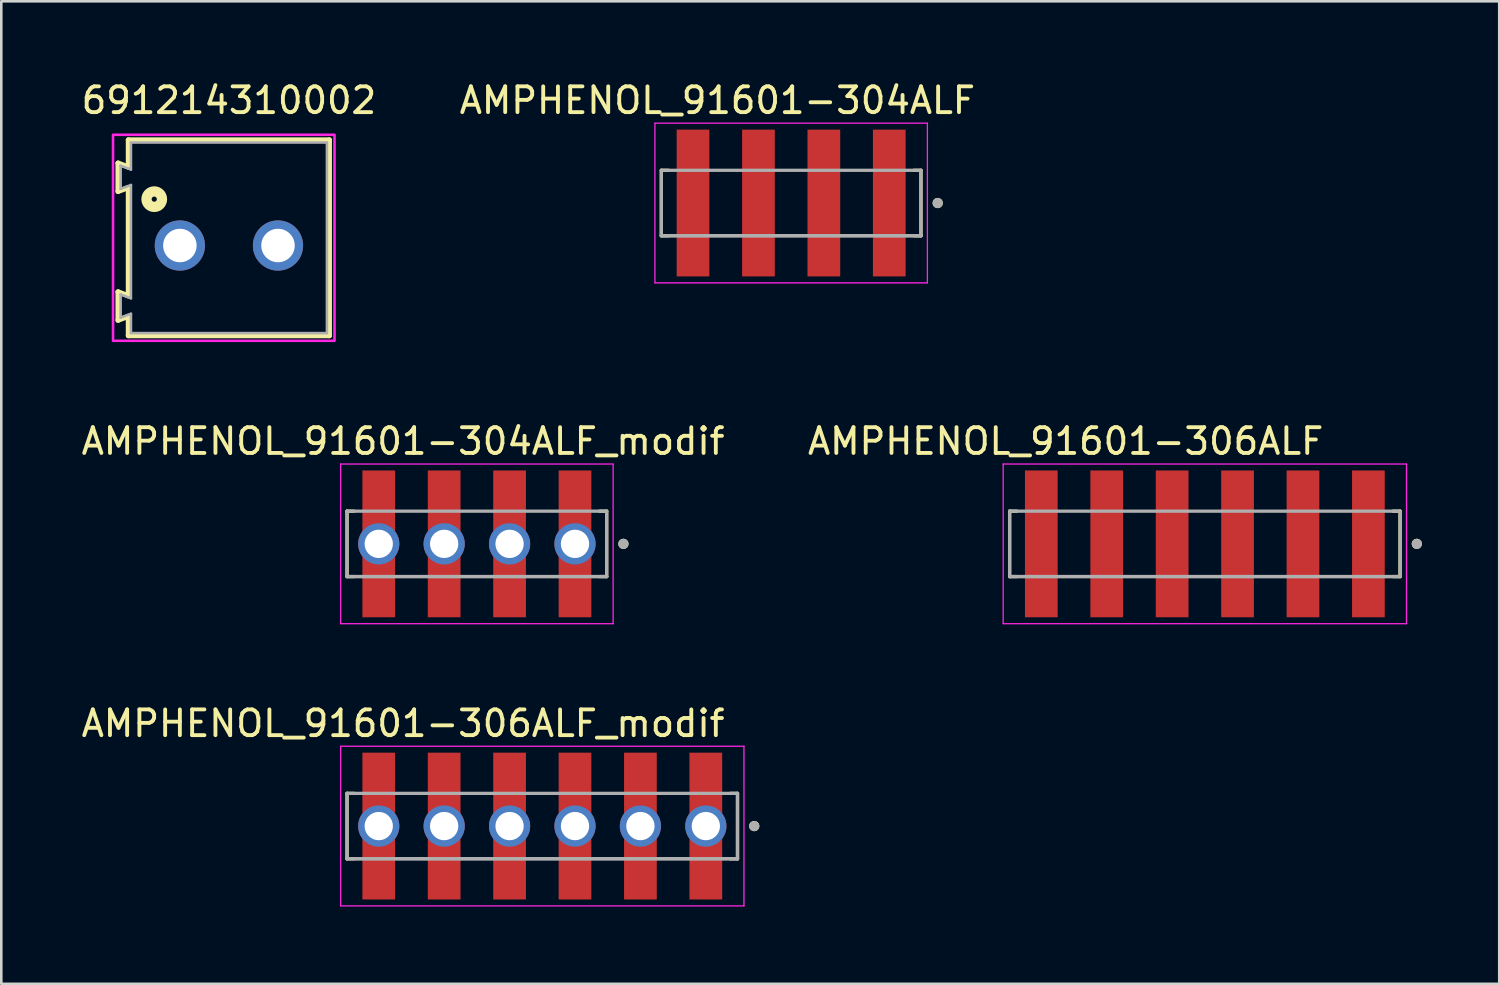
<source format=kicad_pcb>
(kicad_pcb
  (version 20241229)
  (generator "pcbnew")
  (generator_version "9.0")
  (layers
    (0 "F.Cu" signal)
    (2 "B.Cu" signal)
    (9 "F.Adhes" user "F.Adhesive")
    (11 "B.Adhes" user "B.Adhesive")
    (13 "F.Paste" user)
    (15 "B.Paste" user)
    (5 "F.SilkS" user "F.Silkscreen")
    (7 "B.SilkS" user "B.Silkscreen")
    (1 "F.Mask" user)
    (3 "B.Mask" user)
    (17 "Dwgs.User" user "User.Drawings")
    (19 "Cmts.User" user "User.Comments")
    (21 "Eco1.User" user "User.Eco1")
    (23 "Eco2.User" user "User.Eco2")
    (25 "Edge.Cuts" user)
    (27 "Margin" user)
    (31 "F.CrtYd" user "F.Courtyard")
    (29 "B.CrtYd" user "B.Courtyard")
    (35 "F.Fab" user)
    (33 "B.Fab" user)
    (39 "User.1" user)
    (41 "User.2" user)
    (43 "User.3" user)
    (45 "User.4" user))
  (footprint "AMPHENOL_91601-304ALF_modif"
    (layer "F.Cu")
    (at 15.466 18.067)
    (property "Reference" "AMPHENOL_91601-304ALF_modif" (at -2.865 -3.985 0) (layer "F.SilkS") (effects (font (size 1 1) (thickness 0.15))))
    (attr smd)
    (fp_rect (start -4.5 -2.9) (end -3.1 -1.3) (stroke (width 0.1) (type solid)) (fill yes) (layer "F.Mask"))
    (fp_rect (start -4.5 1.3) (end -3.1 2.9) (stroke (width 0.1) (type solid)) (fill yes) (layer "F.Mask"))
    (fp_rect (start -2 -2.9) (end -0.6 -1.3) (stroke (width 0.1) (type solid)) (fill yes) (layer "F.Mask"))
    (fp_rect (start -2 1.3) (end -0.6 2.9) (stroke (width 0.1) (type solid)) (fill yes) (layer "F.Mask"))
    (fp_rect (start 0.6 -2.9) (end 2 -1.3) (stroke (width 0.1) (type solid)) (fill yes) (layer "F.Mask"))
    (fp_rect (start 0.6 1.3) (end 2 2.9) (stroke (width 0.1) (type solid)) (fill yes) (layer "F.Mask"))
    (fp_rect (start 3.1 -2.9) (end 4.5 -1.3) (stroke (width 0.1) (type solid)) (fill yes) (layer "F.Mask"))
    (fp_rect (start 3.1 1.3) (end 4.5 2.9) (stroke (width 0.1) (type solid)) (fill yes) (layer "F.Mask"))
    (fp_line (start -5.04 -1.27) (end -4.765 -1.27) (stroke (width 0.127) (type solid)) (layer "F.SilkS"))
    (fp_line (start -5.04 1.27) (end -5.04 -1.27) (stroke (width 0.127) (type solid)) (layer "F.SilkS"))
    (fp_line (start -4.765 1.27) (end -5.04 1.27) (stroke (width 0.127) (type solid)) (layer "F.SilkS"))
    (fp_line (start 4.765 -1.27) (end 5.04 -1.27) (stroke (width 0.127) (type solid)) (layer "F.SilkS"))
    (fp_line (start 4.765 1.27) (end 5.04 1.27) (stroke (width 0.127) (type solid)) (layer "F.SilkS"))
    (fp_line (start 5.04 -1.27) (end 5.04 1.27) (stroke (width 0.127) (type solid)) (layer "F.SilkS"))
    (fp_circle (center 5.69 0) (end 5.79 0) (stroke (width 0.2) (type solid)) (fill no) (layer "F.SilkS"))
    (fp_rect (start -4.3 -2.8) (end -3.3 -1.4) (stroke (width 0.1) (type solid)) (fill yes) (layer "F.Paste"))
    (fp_rect (start -4.3 1.4) (end -3.3 2.8) (stroke (width 0.1) (type solid)) (fill yes) (layer "F.Paste"))
    (fp_rect (start -1.8 -2.8) (end -0.8 -1.4) (stroke (width 0.1) (type solid)) (fill yes) (layer "F.Paste"))
    (fp_rect (start -1.8 1.4) (end -0.8 2.8) (stroke (width 0.1) (type solid)) (fill yes) (layer "F.Paste"))
    (fp_rect (start 0.8 -2.8) (end 1.8 -1.4) (stroke (width 0.1) (type solid)) (fill yes) (layer "F.Paste"))
    (fp_rect (start 0.8 1.4) (end 1.8 2.8) (stroke (width 0.1) (type solid)) (fill yes) (layer "F.Paste"))
    (fp_rect (start 3.3 -2.8) (end 4.3 -1.4) (stroke (width 0.1) (type solid)) (fill yes) (layer "F.Paste"))
    (fp_rect (start 3.3 1.4) (end 4.3 2.8) (stroke (width 0.1) (type solid)) (fill yes) (layer "F.Paste"))
    (fp_line (start -5.29 -3.1) (end 5.29 -3.1) (stroke (width 0.05) (type solid)) (layer "F.CrtYd"))
    (fp_line (start -5.29 3.1) (end -5.29 -3.1) (stroke (width 0.05) (type solid)) (layer "F.CrtYd"))
    (fp_line (start 5.29 -3.1) (end 5.29 3.1) (stroke (width 0.05) (type solid)) (layer "F.CrtYd"))
    (fp_line (start 5.29 3.1) (end -5.29 3.1) (stroke (width 0.05) (type solid)) (layer "F.CrtYd"))
    (fp_line (start -5.04 -1.27) (end 5.04 -1.27) (stroke (width 0.127) (type solid)) (layer "F.Fab"))
    (fp_line (start -5.04 1.27) (end -5.04 -1.27) (stroke (width 0.127) (type solid)) (layer "F.Fab"))
    (fp_line (start -5.04 1.27) (end -5.04 1.27) (stroke (width 0.127) (type solid)) (layer "F.Fab"))
    (fp_line (start -5.04 1.27) (end 5.04 1.27) (stroke (width 0.127) (type solid)) (layer "F.Fab"))
    (fp_line (start 5.04 -1.27) (end 5.04 1.27) (stroke (width 0.127) (type solid)) (layer "F.Fab"))
    (fp_line (start 5.04 1.27) (end -5.04 1.27) (stroke (width 0.127) (type solid)) (layer "F.Fab"))
    (fp_line (start 5.04 1.27) (end 5.04 1.27) (stroke (width 0.127) (type solid)) (layer "F.Fab"))
    (fp_circle (center 5.69 0) (end 5.79 0) (stroke (width 0.2) (type solid)) (fill no) (layer "F.Fab"))
    (pad "1" smd rect (at 3.81 0) (size 1.27 5.7) (layers "F.Cu"))
    (pad "1" thru_hole circle (at 3.81 0) (size 1.6 1.6) (drill 1.1) (layers "*.Cu" "*.Mask"))
    (pad "2" smd rect (at 1.27 0) (size 1.27 5.7) (layers "F.Cu"))
    (pad "2" thru_hole circle (at 1.27 0) (size 1.6 1.6) (drill 1.1) (layers "*.Cu" "*.Mask"))
    (pad "3" smd rect (at -1.27 0) (size 1.27 5.7) (layers "F.Cu"))
    (pad "3" thru_hole circle (at -1.27 0) (size 1.6 1.6) (drill 1.1) (layers "*.Cu" "*.Mask"))
    (pad "4" smd rect (at -3.81 0) (size 1.27 5.7) (layers "F.Cu"))
    (pad "4" thru_hole circle (at -3.81 0) (size 1.6 1.6) (drill 1.1) (layers "*.Cu" "*.Mask")))
  (footprint "AMPHENOL_91601-306ALF_modif"
    (layer "F.Cu")
    (at 18.006 29.025)
    (property "Reference" "AMPHENOL_91601-306ALF_modif" (at -5.405 -3.985 0) (layer "F.SilkS") (effects (font (size 1 1) (thickness 0.15))))
    (attr through_hole)
    (fp_rect (start -7 -2.9) (end -5.7 -1.1) (stroke (width 0.1) (type solid)) (fill yes) (layer "F.Mask"))
    (fp_rect (start -7 1.1) (end -5.7 2.9) (stroke (width 0.1) (type solid)) (fill yes) (layer "F.Mask"))
    (fp_rect (start -4.5 -2.9) (end -3.2 -1.1) (stroke (width 0.1) (type solid)) (fill yes) (layer "F.Mask"))
    (fp_rect (start -4.5 1.1) (end -3.2 2.9) (stroke (width 0.1) (type solid)) (fill yes) (layer "F.Mask"))
    (fp_rect (start -1.9 -2.9) (end -0.6 -1.1) (stroke (width 0.1) (type solid)) (fill yes) (layer "F.Mask"))
    (fp_rect (start -1.9 1.1) (end -0.6 2.9) (stroke (width 0.1) (type solid)) (fill yes) (layer "F.Mask"))
    (fp_rect (start 0.6 -2.9) (end 1.9 -1.1) (stroke (width 0.1) (type solid)) (fill yes) (layer "F.Mask"))
    (fp_rect (start 0.6 1.1) (end 1.9 2.9) (stroke (width 0.1) (type solid)) (fill yes) (layer "F.Mask"))
    (fp_rect (start 3.2 -2.9) (end 4.5 -1.1) (stroke (width 0.1) (type solid)) (fill yes) (layer "F.Mask"))
    (fp_rect (start 3.2 1.1) (end 4.5 2.9) (stroke (width 0.1) (type solid)) (fill yes) (layer "F.Mask"))
    (fp_rect (start 5.7 -2.9) (end 7 -1.1) (stroke (width 0.1) (type solid)) (fill yes) (layer "F.Mask"))
    (fp_rect (start 5.7 1.1) (end 7 2.9) (stroke (width 0.1) (type solid)) (fill yes) (layer "F.Mask"))
    (fp_line (start -7.58 -1.27) (end -7.305 -1.27) (stroke (width 0.127) (type solid)) (layer "F.SilkS"))
    (fp_line (start -7.58 1.27) (end -7.58 -1.27) (stroke (width 0.127) (type solid)) (layer "F.SilkS"))
    (fp_line (start -7.305 1.27) (end -7.58 1.27) (stroke (width 0.127) (type solid)) (layer "F.SilkS"))
    (fp_line (start 7.305 -1.27) (end 7.58 -1.27) (stroke (width 0.127) (type solid)) (layer "F.SilkS"))
    (fp_line (start 7.305 1.27) (end 7.58 1.27) (stroke (width 0.127) (type solid)) (layer "F.SilkS"))
    (fp_line (start 7.58 -1.27) (end 7.58 1.27) (stroke (width 0.127) (type solid)) (layer "F.SilkS"))
    (fp_circle (center 8.23 0) (end 8.33 0) (stroke (width 0.2) (type solid)) (fill no) (layer "F.SilkS"))
    (fp_rect (start -6.9 -2.6) (end -5.8 -1.2) (stroke (width 0.1) (type solid)) (fill yes) (layer "F.Paste"))
    (fp_rect (start -6.9 1.2) (end -5.8 2.6) (stroke (width 0.1) (type solid)) (fill yes) (layer "F.Paste"))
    (fp_rect (start -4.4 -2.6) (end -3.3 -1.2) (stroke (width 0.1) (type solid)) (fill yes) (layer "F.Paste"))
    (fp_rect (start -4.4 1.2) (end -3.3 2.6) (stroke (width 0.1) (type solid)) (fill yes) (layer "F.Paste"))
    (fp_rect (start -1.8 -2.6) (end -0.7 -1.2) (stroke (width 0.1) (type solid)) (fill yes) (layer "F.Paste"))
    (fp_rect (start -1.8 1.2) (end -0.7 2.6) (stroke (width 0.1) (type solid)) (fill yes) (layer "F.Paste"))
    (fp_rect (start 0.7 -2.6) (end 1.8 -1.2) (stroke (width 0.1) (type solid)) (fill yes) (layer "F.Paste"))
    (fp_rect (start 0.7 1.2) (end 1.8 2.6) (stroke (width 0.1) (type solid)) (fill yes) (layer "F.Paste"))
    (fp_rect (start 3.25 -2.6) (end 4.35 -1.2) (stroke (width 0.1) (type solid)) (fill yes) (layer "F.Paste"))
    (fp_rect (start 3.25 1.2) (end 4.35 2.6) (stroke (width 0.1) (type solid)) (fill yes) (layer "F.Paste"))
    (fp_rect (start 5.8 -2.6) (end 6.9 -1.2) (stroke (width 0.1) (type solid)) (fill yes) (layer "F.Paste"))
    (fp_rect (start 5.8 1.2) (end 6.9 2.6) (stroke (width 0.1) (type solid)) (fill yes) (layer "F.Paste"))
    (fp_line (start -7.83 -3.1) (end 7.83 -3.1) (stroke (width 0.05) (type solid)) (layer "F.CrtYd"))
    (fp_line (start -7.83 3.1) (end -7.83 -3.1) (stroke (width 0.05) (type solid)) (layer "F.CrtYd"))
    (fp_line (start 7.83 -3.1) (end 7.83 3.1) (stroke (width 0.05) (type solid)) (layer "F.CrtYd"))
    (fp_line (start 7.83 3.1) (end -7.83 3.1) (stroke (width 0.05) (type solid)) (layer "F.CrtYd"))
    (fp_line (start -7.58 -1.27) (end 7.58 -1.27) (stroke (width 0.127) (type solid)) (layer "F.Fab"))
    (fp_line (start -7.58 1.27) (end -7.58 -1.27) (stroke (width 0.127) (type solid)) (layer "F.Fab"))
    (fp_line (start -7.58 1.27) (end -7.58 1.27) (stroke (width 0.127) (type solid)) (layer "F.Fab"))
    (fp_line (start -7.58 1.27) (end 7.58 1.27) (stroke (width 0.127) (type solid)) (layer "F.Fab"))
    (fp_line (start 7.58 -1.27) (end 7.58 1.27) (stroke (width 0.127) (type solid)) (layer "F.Fab"))
    (fp_line (start 7.58 1.27) (end -7.58 1.27) (stroke (width 0.127) (type solid)) (layer "F.Fab"))
    (fp_line (start 7.58 1.27) (end 7.58 1.27) (stroke (width 0.127) (type solid)) (layer "F.Fab"))
    (fp_circle (center 8.23 0) (end 8.33 0) (stroke (width 0.2) (type solid)) (fill no) (layer "F.Fab"))
    (pad "1" smd rect (at 6.35 0) (size 1.27 5.7) (layers "F.Cu"))
    (pad "1" thru_hole circle (at 6.35 0) (size 1.6 1.6) (drill 1.1) (layers "*.Cu" "*.Mask" "F.Paste"))
    (pad "2" smd rect (at 3.81 0) (size 1.27 5.7) (layers "F.Cu"))
    (pad "2" thru_hole circle (at 3.81 0) (size 1.6 1.6) (drill 1.1) (layers "*.Cu" "*.Mask" "F.Paste"))
    (pad "3" smd rect (at 1.27 0) (size 1.27 5.7) (layers "F.Cu"))
    (pad "3" thru_hole circle (at 1.27 0) (size 1.6 1.6) (drill 1.1) (layers "*.Cu" "*.Mask" "F.Paste"))
    (pad "4" smd rect (at -1.27 0) (size 1.27 5.7) (layers "F.Cu"))
    (pad "4" thru_hole circle (at -1.27 0) (size 1.6 1.6) (drill 1.1) (layers "*.Cu" "*.Mask" "F.Paste"))
    (pad "5" smd rect (at -3.81 0) (size 1.27 5.7) (layers "F.Cu"))
    (pad "5" thru_hole circle (at -3.81 0) (size 1.6 1.6) (drill 1.1) (layers "*.Cu" "*.Mask" "F.Paste"))
    (pad "6" smd rect (at -6.35 0) (size 1.27 5.7) (layers "F.Cu"))
    (pad "6" thru_hole circle (at -6.35 0) (size 1.6 1.6) (drill 1.1) (layers "*.Cu" "*.Mask" "F.Paste")))
  (footprint "691214310002"
    (layer "F.Cu")
    (at 5.839 6.483)
    (property "Reference" "691214310002" (at 0 -5.635 0) (layer "F.SilkS") (effects (font (size 1 1) (thickness 0.15))))
    (attr through_hole)
    (fp_line (start -4.305 -3.2) (end -3.905 -3.05) (stroke (width 0.2) (type solid)) (layer "F.SilkS"))
    (fp_line (start -4.305 -2.1) (end -4.305 -3.2) (stroke (width 0.2) (type solid)) (layer "F.SilkS"))
    (fp_line (start -4.305 1.8) (end -3.905 1.95) (stroke (width 0.2) (type solid)) (layer "F.SilkS"))
    (fp_line (start -4.305 2.9) (end -4.305 1.8) (stroke (width 0.2) (type solid)) (layer "F.SilkS"))
    (fp_line (start -3.905 -4.1) (end 3.9 -4.1) (stroke (width 0.2) (type solid)) (layer "F.SilkS"))
    (fp_line (start -3.905 -3.05) (end -3.905 -4.1) (stroke (width 0.2) (type solid)) (layer "F.SilkS"))
    (fp_line (start -3.905 -2.25) (end -4.305 -2.1) (stroke (width 0.2) (type solid)) (layer "F.SilkS"))
    (fp_line (start -3.905 1.95) (end -3.905 -2.25) (stroke (width 0.2) (type solid)) (layer "F.SilkS"))
    (fp_line (start -3.905 2.75) (end -4.305 2.9) (stroke (width 0.2) (type solid)) (layer "F.SilkS"))
    (fp_line (start -3.905 3.5) (end -3.905 2.75) (stroke (width 0.2) (type solid)) (layer "F.SilkS"))
    (fp_line (start 3.9 -4.1) (end 3.9 3.5) (stroke (width 0.2) (type solid)) (layer "F.SilkS"))
    (fp_line (start 3.9 3.5) (end -3.905 3.5) (stroke (width 0.2) (type solid)) (layer "F.SilkS"))
    (fp_circle (center -2.9 -1.8) (end -2.8 -1.8) (stroke (width 0.4) (type solid)) (fill no) (layer "F.SilkS"))
    (fp_poly (pts (xy -4.5 -4.3) (xy 4.1 -4.3) (xy 4.1 3.7) (xy -4.5 3.7)) (stroke (width 0.1) (type solid)) (fill no) (layer "F.CrtYd"))
    (fp_line (start -4.205 -3.1) (end -3.805 -2.95) (stroke (width 0.1) (type solid)) (layer "F.Fab"))
    (fp_line (start -4.205 -2.2) (end -4.205 -3.1) (stroke (width 0.1) (type solid)) (layer "F.Fab"))
    (fp_line (start -4.205 -2.2) (end -3.805 -2.35) (stroke (width 0.1) (type solid)) (layer "F.Fab"))
    (fp_line (start -4.205 1.9) (end -4.205 2.8) (stroke (width 0.1) (type solid)) (layer "F.Fab"))
    (fp_line (start -4.205 1.9) (end -3.805 2.05) (stroke (width 0.1) (type solid)) (layer "F.Fab"))
    (fp_line (start -4.205 2.8) (end -3.805 2.65) (stroke (width 0.1) (type solid)) (layer "F.Fab"))
    (fp_line (start -3.805 -2.95) (end -3.805 -4) (stroke (width 0.1) (type solid)) (layer "F.Fab"))
    (fp_line (start -3.805 -2.35) (end -3.805 2.05) (stroke (width 0.1) (type solid)) (layer "F.Fab"))
    (fp_line (start -3.805 2.65) (end -3.805 3.4) (stroke (width 0.1) (type solid)) (layer "F.Fab"))
    (fp_line (start -3.805 3.4) (end 3.805 3.4) (stroke (width 0.1) (type solid)) (layer "F.Fab"))
    (fp_line (start 3.805 -4) (end -3.805 -4) (stroke (width 0.1) (type solid)) (layer "F.Fab"))
    (fp_line (start 3.805 3.4) (end 3.805 -4) (stroke (width 0.1) (type solid)) (layer "F.Fab"))
    (pad "1" thru_hole circle (at -1.905 0) (size 1.95 1.95) (drill 1.3) (layers "*.Cu" "*.Mask"))
    (pad "2" thru_hole circle (at 1.905 0) (size 1.95 1.95) (drill 1.3) (layers "*.Cu" "*.Mask")))
  (footprint "AMPHENOL_91601-306ALF"
    (layer "F.Cu")
    (at 43.732 18.067)
    (property "Reference" "AMPHENOL_91601-306ALF" (at -5.405 -3.985 0) (layer "F.SilkS") (effects (font (size 1 1) (thickness 0.15))))
    (attr smd)
    (fp_line (start -7.58 -1.27) (end -7.305 -1.27) (stroke (width 0.127) (type solid)) (layer "F.SilkS"))
    (fp_line (start -7.58 1.27) (end -7.58 -1.27) (stroke (width 0.127) (type solid)) (layer "F.SilkS"))
    (fp_line (start -7.305 1.27) (end -7.58 1.27) (stroke (width 0.127) (type solid)) (layer "F.SilkS"))
    (fp_line (start 7.305 -1.27) (end 7.58 -1.27) (stroke (width 0.127) (type solid)) (layer "F.SilkS"))
    (fp_line (start 7.305 1.27) (end 7.58 1.27) (stroke (width 0.127) (type solid)) (layer "F.SilkS"))
    (fp_line (start 7.58 -1.27) (end 7.58 1.27) (stroke (width 0.127) (type solid)) (layer "F.SilkS"))
    (fp_circle (center 8.23 0) (end 8.33 0) (stroke (width 0.2) (type solid)) (fill no) (layer "F.SilkS"))
    (fp_line (start -7.83 -3.1) (end 7.83 -3.1) (stroke (width 0.05) (type solid)) (layer "F.CrtYd"))
    (fp_line (start -7.83 3.1) (end -7.83 -3.1) (stroke (width 0.05) (type solid)) (layer "F.CrtYd"))
    (fp_line (start 7.83 -3.1) (end 7.83 3.1) (stroke (width 0.05) (type solid)) (layer "F.CrtYd"))
    (fp_line (start 7.83 3.1) (end -7.83 3.1) (stroke (width 0.05) (type solid)) (layer "F.CrtYd"))
    (fp_line (start -7.58 -1.27) (end 7.58 -1.27) (stroke (width 0.127) (type solid)) (layer "F.Fab"))
    (fp_line (start -7.58 1.27) (end -7.58 -1.27) (stroke (width 0.127) (type solid)) (layer "F.Fab"))
    (fp_line (start -7.58 1.27) (end -7.58 1.27) (stroke (width 0.127) (type solid)) (layer "F.Fab"))
    (fp_line (start -7.58 1.27) (end 7.58 1.27) (stroke (width 0.127) (type solid)) (layer "F.Fab"))
    (fp_line (start 7.58 -1.27) (end 7.58 1.27) (stroke (width 0.127) (type solid)) (layer "F.Fab"))
    (fp_line (start 7.58 1.27) (end -7.58 1.27) (stroke (width 0.127) (type solid)) (layer "F.Fab"))
    (fp_line (start 7.58 1.27) (end 7.58 1.27) (stroke (width 0.127) (type solid)) (layer "F.Fab"))
    (fp_circle (center 8.23 0) (end 8.33 0) (stroke (width 0.2) (type solid)) (fill no) (layer "F.Fab"))
    (pad "1" smd rect (at 6.35 0) (size 1.27 5.7) (layers "F.Cu" "F.Mask" "F.Paste"))
    (pad "2" smd rect (at 3.81 0) (size 1.27 5.7) (layers "F.Cu" "F.Mask" "F.Paste"))
    (pad "3" smd rect (at 1.27 0) (size 1.27 5.7) (layers "F.Cu" "F.Mask" "F.Paste"))
    (pad "4" smd rect (at -1.27 0) (size 1.27 5.7) (layers "F.Cu" "F.Mask" "F.Paste"))
    (pad "5" smd rect (at -3.81 0) (size 1.27 5.7) (layers "F.Cu" "F.Mask" "F.Paste"))
    (pad "6" smd rect (at -6.35 0) (size 1.27 5.7) (layers "F.Cu" "F.Mask" "F.Paste")))
  (footprint "AMPHENOL_91601-304ALF"
    (layer "F.Cu")
    (at 27.669 4.833)
    (property "Reference" "AMPHENOL_91601-304ALF" (at -2.865 -3.985 0) (layer "F.SilkS") (effects (font (size 1 1) (thickness 0.15))))
    (attr smd)
    (fp_line (start -5.04 -1.27) (end -4.765 -1.27) (stroke (width 0.127) (type solid)) (layer "F.SilkS"))
    (fp_line (start -5.04 1.27) (end -5.04 -1.27) (stroke (width 0.127) (type solid)) (layer "F.SilkS"))
    (fp_line (start -4.765 1.27) (end -5.04 1.27) (stroke (width 0.127) (type solid)) (layer "F.SilkS"))
    (fp_line (start 4.765 -1.27) (end 5.04 -1.27) (stroke (width 0.127) (type solid)) (layer "F.SilkS"))
    (fp_line (start 4.765 1.27) (end 5.04 1.27) (stroke (width 0.127) (type solid)) (layer "F.SilkS"))
    (fp_line (start 5.04 -1.27) (end 5.04 1.27) (stroke (width 0.127) (type solid)) (layer "F.SilkS"))
    (fp_circle (center 5.69 0) (end 5.79 0) (stroke (width 0.2) (type solid)) (fill no) (layer "F.SilkS"))
    (fp_line (start -5.29 -3.1) (end 5.29 -3.1) (stroke (width 0.05) (type solid)) (layer "F.CrtYd"))
    (fp_line (start -5.29 3.1) (end -5.29 -3.1) (stroke (width 0.05) (type solid)) (layer "F.CrtYd"))
    (fp_line (start 5.29 -3.1) (end 5.29 3.1) (stroke (width 0.05) (type solid)) (layer "F.CrtYd"))
    (fp_line (start 5.29 3.1) (end -5.29 3.1) (stroke (width 0.05) (type solid)) (layer "F.CrtYd"))
    (fp_line (start -5.04 -1.27) (end 5.04 -1.27) (stroke (width 0.127) (type solid)) (layer "F.Fab"))
    (fp_line (start -5.04 1.27) (end -5.04 -1.27) (stroke (width 0.127) (type solid)) (layer "F.Fab"))
    (fp_line (start -5.04 1.27) (end -5.04 1.27) (stroke (width 0.127) (type solid)) (layer "F.Fab"))
    (fp_line (start -5.04 1.27) (end 5.04 1.27) (stroke (width 0.127) (type solid)) (layer "F.Fab"))
    (fp_line (start 5.04 -1.27) (end 5.04 1.27) (stroke (width 0.127) (type solid)) (layer "F.Fab"))
    (fp_line (start 5.04 1.27) (end -5.04 1.27) (stroke (width 0.127) (type solid)) (layer "F.Fab"))
    (fp_line (start 5.04 1.27) (end 5.04 1.27) (stroke (width 0.127) (type solid)) (layer "F.Fab"))
    (fp_circle (center 5.69 0) (end 5.79 0) (stroke (width 0.2) (type solid)) (fill no) (layer "F.Fab"))
    (pad "1" smd rect (at 3.81 0) (size 1.27 5.7) (layers "F.Cu" "F.Mask" "F.Paste"))
    (pad "2" smd rect (at 1.27 0) (size 1.27 5.7) (layers "F.Cu" "F.Mask" "F.Paste"))
    (pad "3" smd rect (at -1.27 0) (size 1.27 5.7) (layers "F.Cu" "F.Mask" "F.Paste"))
    (pad "4" smd rect (at -3.81 0) (size 1.27 5.7) (layers "F.Cu" "F.Mask" "F.Paste")))
  (gr_rect
    (start -3 -3)
    (end 55.162 35.15)
    (stroke (width 0.1) (type default))
    (fill no)
    (layer "Edge.Cuts")))
</source>
